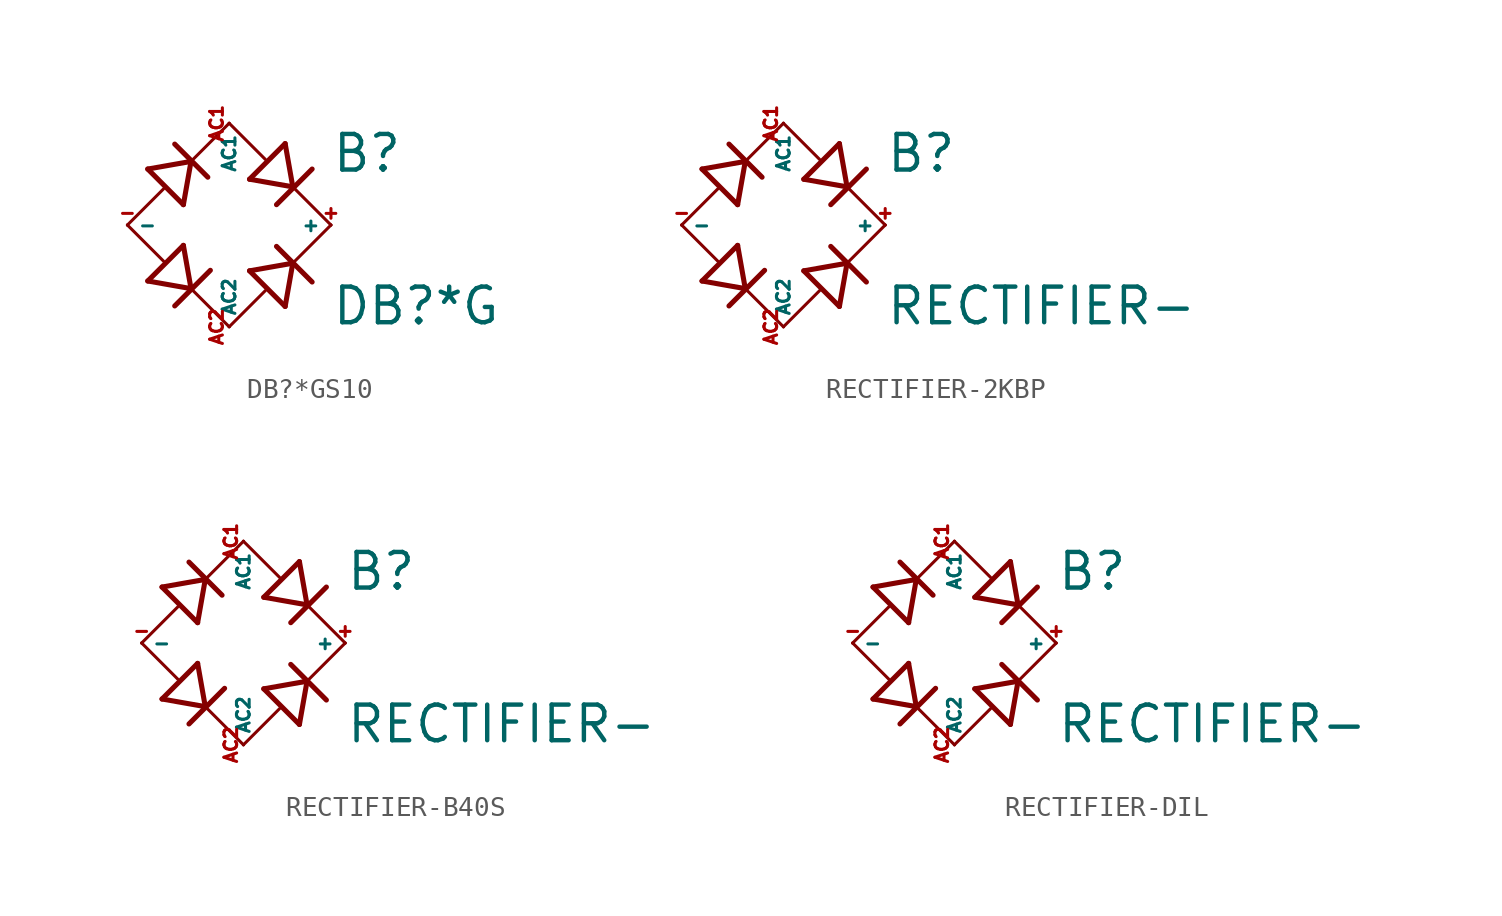
<source format=kicad_sym>
(kicad_symbol_lib
  (version 20220914)
  (generator Eagle2Kicad)
  (symbol "DB?*GS10"
    (property "Reference" "B"
      (at 5.08 2.54 0)
      (effects (font (size 1.778 1.778) (thickness 0.22)) (justify left bottom)))
    (property "Value" "DB?*G"
      (at 5.08 -5.08 0)
      (effects (font (size 1.778 1.778) (thickness 0.22)) (justify left bottom)))
    (polyline
      (pts (xy -1.905 -3.175) (xy -4.064 -2.794))
      (stroke (width 0.254) (type default))
      (fill (type none)))
    (polyline
      (pts (xy -1.905 -3.175) (xy -2.286 -1.016))
      (stroke (width 0.254) (type default))
      (fill (type none)))
    (polyline
      (pts (xy -2.718 -4.039) (xy -0.94 -2.261))
      (stroke (width 0.254) (type default))
      (fill (type none)))
    (polyline
      (pts (xy -1.905 3.175) (xy -4.064 2.794))
      (stroke (width 0.254) (type default))
      (fill (type none)))
    (polyline
      (pts (xy -1.905 3.175) (xy -2.286 1.016))
      (stroke (width 0.254) (type default))
      (fill (type none)))
    (polyline
      (pts (xy -2.718 4.039) (xy -1.067 2.388))
      (stroke (width 0.254) (type default))
      (fill (type none)))
    (polyline
      (pts (xy 3.175 1.905) (xy 2.794 4.064))
      (stroke (width 0.254) (type default))
      (fill (type none)))
    (polyline
      (pts (xy 3.175 1.905) (xy 1.016 2.286))
      (stroke (width 0.254) (type default))
      (fill (type none)))
    (polyline
      (pts (xy 2.362 1.016) (xy 4.14 2.794))
      (stroke (width 0.254) (type default))
      (fill (type none)))
    (polyline
      (pts (xy 3.175 -1.905) (xy 2.794 -4.064))
      (stroke (width 0.254) (type default))
      (fill (type none)))
    (polyline
      (pts (xy 3.175 -1.905) (xy 1.016 -2.286))
      (stroke (width 0.254) (type default))
      (fill (type none)))
    (polyline
      (pts (xy 2.362 -1.067) (xy 4.14 -2.845))
      (stroke (width 0.254) (type default))
      (fill (type none)))
    (polyline
      (pts (xy 5.08 0) (xy 3.175 -1.905))
      (stroke (width 0.152) (type default))
      (fill (type none)))
    (polyline
      (pts (xy 0 -5.08) (xy -1.905 -3.175))
      (stroke (width 0.152) (type default))
      (fill (type none)))
    (polyline
      (pts (xy -3.277 -1.803) (xy -5.08 0))
      (stroke (width 0.152) (type default))
      (fill (type none)))
    (polyline
      (pts (xy -4.064 -2.794) (xy -2.286 -1.016))
      (stroke (width 0.254) (type default))
      (fill (type none)))
    (polyline
      (pts (xy -5.08 0) (xy -3.277 1.803))
      (stroke (width 0.152) (type default))
      (fill (type none)))
    (polyline
      (pts (xy -4.064 2.794) (xy -2.286 1.016))
      (stroke (width 0.254) (type default))
      (fill (type none)))
    (polyline
      (pts (xy -1.905 3.175) (xy 0 5.08))
      (stroke (width 0.152) (type default))
      (fill (type none)))
    (polyline
      (pts (xy 0 5.08) (xy 1.803 3.277))
      (stroke (width 0.152) (type default))
      (fill (type none)))
    (polyline
      (pts (xy 1.016 2.286) (xy 2.794 4.064))
      (stroke (width 0.254) (type default))
      (fill (type none)))
    (polyline
      (pts (xy 3.175 1.905) (xy 5.08 0))
      (stroke (width 0.152) (type default))
      (fill (type none)))
    (polyline
      (pts (xy 0 -5.08) (xy 1.803 -3.277))
      (stroke (width 0.152) (type default))
      (fill (type none)))
    (polyline
      (pts (xy 1.016 -2.286) (xy 2.794 -4.064))
      (stroke (width 0.254) (type default))
      (fill (type none)))
    (pin passive line
      (at 0 5.08 270)
      (length 0)
      (name "AC1" (effects (font (size 0.635 0.635) (thickness 0.08)) (justify left bottom)))
      (number "AC1" (effects (font (size 0.635 0.635) (thickness 0.08)) (justify left bottom))))
    (pin passive line
      (at 5.08 0 180)
      (length 0)
      (name "+" (effects (font (size 0.635 0.635) (thickness 0.08)) (justify left bottom)))
      (number "+" (effects (font (size 0.635 0.635) (thickness 0.08)) (justify left bottom))))
    (pin passive line
      (at 0 -5.08 90)
      (length 0)
      (name "AC2" (effects (font (size 0.635 0.635) (thickness 0.08)) (justify left bottom)))
      (number "AC2" (effects (font (size 0.635 0.635) (thickness 0.08)) (justify left bottom))))
    (pin passive line
      (at -5.08 0 0)
      (length 0)
      (name "-" (effects (font (size 0.635 0.635) (thickness 0.08)) (justify left bottom)))
      (number "-" (effects (font (size 0.635 0.635) (thickness 0.08)) (justify left bottom)))))
  (symbol "RECTIFIER-2KBP"
    (property "Reference" "B"
      (at 5.08 2.54 0)
      (effects (font (size 1.778 1.778) (thickness 0.22)) (justify left bottom)))
    (property "Value" "RECTIFIER-"
      (at 5.08 -5.08 0)
      (effects (font (size 1.778 1.778) (thickness 0.22)) (justify left bottom)))
    (polyline
      (pts (xy -1.905 -3.175) (xy -4.064 -2.794))
      (stroke (width 0.254) (type default))
      (fill (type none)))
    (polyline
      (pts (xy -1.905 -3.175) (xy -2.286 -1.016))
      (stroke (width 0.254) (type default))
      (fill (type none)))
    (polyline
      (pts (xy -2.718 -4.039) (xy -0.94 -2.261))
      (stroke (width 0.254) (type default))
      (fill (type none)))
    (polyline
      (pts (xy -1.905 3.175) (xy -4.064 2.794))
      (stroke (width 0.254) (type default))
      (fill (type none)))
    (polyline
      (pts (xy -1.905 3.175) (xy -2.286 1.016))
      (stroke (width 0.254) (type default))
      (fill (type none)))
    (polyline
      (pts (xy -2.718 4.039) (xy -1.067 2.388))
      (stroke (width 0.254) (type default))
      (fill (type none)))
    (polyline
      (pts (xy 3.175 1.905) (xy 2.794 4.064))
      (stroke (width 0.254) (type default))
      (fill (type none)))
    (polyline
      (pts (xy 3.175 1.905) (xy 1.016 2.286))
      (stroke (width 0.254) (type default))
      (fill (type none)))
    (polyline
      (pts (xy 2.362 1.016) (xy 4.14 2.794))
      (stroke (width 0.254) (type default))
      (fill (type none)))
    (polyline
      (pts (xy 3.175 -1.905) (xy 2.794 -4.064))
      (stroke (width 0.254) (type default))
      (fill (type none)))
    (polyline
      (pts (xy 3.175 -1.905) (xy 1.016 -2.286))
      (stroke (width 0.254) (type default))
      (fill (type none)))
    (polyline
      (pts (xy 2.362 -1.067) (xy 4.14 -2.845))
      (stroke (width 0.254) (type default))
      (fill (type none)))
    (polyline
      (pts (xy 5.08 0) (xy 3.175 -1.905))
      (stroke (width 0.152) (type default))
      (fill (type none)))
    (polyline
      (pts (xy 0 -5.08) (xy -1.905 -3.175))
      (stroke (width 0.152) (type default))
      (fill (type none)))
    (polyline
      (pts (xy -3.277 -1.803) (xy -5.08 0))
      (stroke (width 0.152) (type default))
      (fill (type none)))
    (polyline
      (pts (xy -4.064 -2.794) (xy -2.286 -1.016))
      (stroke (width 0.254) (type default))
      (fill (type none)))
    (polyline
      (pts (xy -5.08 0) (xy -3.277 1.803))
      (stroke (width 0.152) (type default))
      (fill (type none)))
    (polyline
      (pts (xy -4.064 2.794) (xy -2.286 1.016))
      (stroke (width 0.254) (type default))
      (fill (type none)))
    (polyline
      (pts (xy -1.905 3.175) (xy 0 5.08))
      (stroke (width 0.152) (type default))
      (fill (type none)))
    (polyline
      (pts (xy 0 5.08) (xy 1.803 3.277))
      (stroke (width 0.152) (type default))
      (fill (type none)))
    (polyline
      (pts (xy 1.016 2.286) (xy 2.794 4.064))
      (stroke (width 0.254) (type default))
      (fill (type none)))
    (polyline
      (pts (xy 3.175 1.905) (xy 5.08 0))
      (stroke (width 0.152) (type default))
      (fill (type none)))
    (polyline
      (pts (xy 0 -5.08) (xy 1.803 -3.277))
      (stroke (width 0.152) (type default))
      (fill (type none)))
    (polyline
      (pts (xy 1.016 -2.286) (xy 2.794 -4.064))
      (stroke (width 0.254) (type default))
      (fill (type none)))
    (pin passive line
      (at 0 5.08 270)
      (length 0)
      (name "AC1" (effects (font (size 0.635 0.635) (thickness 0.08)) (justify left bottom)))
      (number "AC1" (effects (font (size 0.635 0.635) (thickness 0.08)) (justify left bottom))))
    (pin passive line
      (at 5.08 0 180)
      (length 0)
      (name "+" (effects (font (size 0.635 0.635) (thickness 0.08)) (justify left bottom)))
      (number "+" (effects (font (size 0.635 0.635) (thickness 0.08)) (justify left bottom))))
    (pin passive line
      (at 0 -5.08 90)
      (length 0)
      (name "AC2" (effects (font (size 0.635 0.635) (thickness 0.08)) (justify left bottom)))
      (number "AC2" (effects (font (size 0.635 0.635) (thickness 0.08)) (justify left bottom))))
    (pin passive line
      (at -5.08 0 0)
      (length 0)
      (name "-" (effects (font (size 0.635 0.635) (thickness 0.08)) (justify left bottom)))
      (number "-" (effects (font (size 0.635 0.635) (thickness 0.08)) (justify left bottom)))))
  (symbol "RECTIFIER-B40S"
    (property "Reference" "B"
      (at 5.08 2.54 0)
      (effects (font (size 1.778 1.778) (thickness 0.22)) (justify left bottom)))
    (property "Value" "RECTIFIER-"
      (at 5.08 -5.08 0)
      (effects (font (size 1.778 1.778) (thickness 0.22)) (justify left bottom)))
    (polyline
      (pts (xy -1.905 -3.175) (xy -4.064 -2.794))
      (stroke (width 0.254) (type default))
      (fill (type none)))
    (polyline
      (pts (xy -1.905 -3.175) (xy -2.286 -1.016))
      (stroke (width 0.254) (type default))
      (fill (type none)))
    (polyline
      (pts (xy -2.718 -4.039) (xy -0.94 -2.261))
      (stroke (width 0.254) (type default))
      (fill (type none)))
    (polyline
      (pts (xy -1.905 3.175) (xy -4.064 2.794))
      (stroke (width 0.254) (type default))
      (fill (type none)))
    (polyline
      (pts (xy -1.905 3.175) (xy -2.286 1.016))
      (stroke (width 0.254) (type default))
      (fill (type none)))
    (polyline
      (pts (xy -2.718 4.039) (xy -1.067 2.388))
      (stroke (width 0.254) (type default))
      (fill (type none)))
    (polyline
      (pts (xy 3.175 1.905) (xy 2.794 4.064))
      (stroke (width 0.254) (type default))
      (fill (type none)))
    (polyline
      (pts (xy 3.175 1.905) (xy 1.016 2.286))
      (stroke (width 0.254) (type default))
      (fill (type none)))
    (polyline
      (pts (xy 2.362 1.016) (xy 4.14 2.794))
      (stroke (width 0.254) (type default))
      (fill (type none)))
    (polyline
      (pts (xy 3.175 -1.905) (xy 2.794 -4.064))
      (stroke (width 0.254) (type default))
      (fill (type none)))
    (polyline
      (pts (xy 3.175 -1.905) (xy 1.016 -2.286))
      (stroke (width 0.254) (type default))
      (fill (type none)))
    (polyline
      (pts (xy 2.362 -1.067) (xy 4.14 -2.845))
      (stroke (width 0.254) (type default))
      (fill (type none)))
    (polyline
      (pts (xy 5.08 0) (xy 3.175 -1.905))
      (stroke (width 0.152) (type default))
      (fill (type none)))
    (polyline
      (pts (xy 0 -5.08) (xy -1.905 -3.175))
      (stroke (width 0.152) (type default))
      (fill (type none)))
    (polyline
      (pts (xy -3.277 -1.803) (xy -5.08 0))
      (stroke (width 0.152) (type default))
      (fill (type none)))
    (polyline
      (pts (xy -4.064 -2.794) (xy -2.286 -1.016))
      (stroke (width 0.254) (type default))
      (fill (type none)))
    (polyline
      (pts (xy -5.08 0) (xy -3.277 1.803))
      (stroke (width 0.152) (type default))
      (fill (type none)))
    (polyline
      (pts (xy -4.064 2.794) (xy -2.286 1.016))
      (stroke (width 0.254) (type default))
      (fill (type none)))
    (polyline
      (pts (xy -1.905 3.175) (xy 0 5.08))
      (stroke (width 0.152) (type default))
      (fill (type none)))
    (polyline
      (pts (xy 0 5.08) (xy 1.803 3.277))
      (stroke (width 0.152) (type default))
      (fill (type none)))
    (polyline
      (pts (xy 1.016 2.286) (xy 2.794 4.064))
      (stroke (width 0.254) (type default))
      (fill (type none)))
    (polyline
      (pts (xy 3.175 1.905) (xy 5.08 0))
      (stroke (width 0.152) (type default))
      (fill (type none)))
    (polyline
      (pts (xy 0 -5.08) (xy 1.803 -3.277))
      (stroke (width 0.152) (type default))
      (fill (type none)))
    (polyline
      (pts (xy 1.016 -2.286) (xy 2.794 -4.064))
      (stroke (width 0.254) (type default))
      (fill (type none)))
    (pin passive line
      (at 0 5.08 270)
      (length 0)
      (name "AC1" (effects (font (size 0.635 0.635) (thickness 0.08)) (justify left bottom)))
      (number "AC1" (effects (font (size 0.635 0.635) (thickness 0.08)) (justify left bottom))))
    (pin passive line
      (at 5.08 0 180)
      (length 0)
      (name "+" (effects (font (size 0.635 0.635) (thickness 0.08)) (justify left bottom)))
      (number "+" (effects (font (size 0.635 0.635) (thickness 0.08)) (justify left bottom))))
    (pin passive line
      (at 0 -5.08 90)
      (length 0)
      (name "AC2" (effects (font (size 0.635 0.635) (thickness 0.08)) (justify left bottom)))
      (number "AC2" (effects (font (size 0.635 0.635) (thickness 0.08)) (justify left bottom))))
    (pin passive line
      (at -5.08 0 0)
      (length 0)
      (name "-" (effects (font (size 0.635 0.635) (thickness 0.08)) (justify left bottom)))
      (number "-" (effects (font (size 0.635 0.635) (thickness 0.08)) (justify left bottom)))))
  (symbol "RECTIFIER-DIL"
    (property "Reference" "B"
      (at 5.08 2.54 0)
      (effects (font (size 1.778 1.778) (thickness 0.22)) (justify left bottom)))
    (property "Value" "RECTIFIER-"
      (at 5.08 -5.08 0)
      (effects (font (size 1.778 1.778) (thickness 0.22)) (justify left bottom)))
    (polyline
      (pts (xy -1.905 -3.175) (xy -4.064 -2.794))
      (stroke (width 0.254) (type default))
      (fill (type none)))
    (polyline
      (pts (xy -1.905 -3.175) (xy -2.286 -1.016))
      (stroke (width 0.254) (type default))
      (fill (type none)))
    (polyline
      (pts (xy -2.718 -4.039) (xy -0.94 -2.261))
      (stroke (width 0.254) (type default))
      (fill (type none)))
    (polyline
      (pts (xy -1.905 3.175) (xy -4.064 2.794))
      (stroke (width 0.254) (type default))
      (fill (type none)))
    (polyline
      (pts (xy -1.905 3.175) (xy -2.286 1.016))
      (stroke (width 0.254) (type default))
      (fill (type none)))
    (polyline
      (pts (xy -2.718 4.039) (xy -1.067 2.388))
      (stroke (width 0.254) (type default))
      (fill (type none)))
    (polyline
      (pts (xy 3.175 1.905) (xy 2.794 4.064))
      (stroke (width 0.254) (type default))
      (fill (type none)))
    (polyline
      (pts (xy 3.175 1.905) (xy 1.016 2.286))
      (stroke (width 0.254) (type default))
      (fill (type none)))
    (polyline
      (pts (xy 2.362 1.016) (xy 4.14 2.794))
      (stroke (width 0.254) (type default))
      (fill (type none)))
    (polyline
      (pts (xy 3.175 -1.905) (xy 2.794 -4.064))
      (stroke (width 0.254) (type default))
      (fill (type none)))
    (polyline
      (pts (xy 3.175 -1.905) (xy 1.016 -2.286))
      (stroke (width 0.254) (type default))
      (fill (type none)))
    (polyline
      (pts (xy 2.362 -1.067) (xy 4.14 -2.845))
      (stroke (width 0.254) (type default))
      (fill (type none)))
    (polyline
      (pts (xy 5.08 0) (xy 3.175 -1.905))
      (stroke (width 0.152) (type default))
      (fill (type none)))
    (polyline
      (pts (xy 0 -5.08) (xy -1.905 -3.175))
      (stroke (width 0.152) (type default))
      (fill (type none)))
    (polyline
      (pts (xy -3.277 -1.803) (xy -5.08 0))
      (stroke (width 0.152) (type default))
      (fill (type none)))
    (polyline
      (pts (xy -4.064 -2.794) (xy -2.286 -1.016))
      (stroke (width 0.254) (type default))
      (fill (type none)))
    (polyline
      (pts (xy -5.08 0) (xy -3.277 1.803))
      (stroke (width 0.152) (type default))
      (fill (type none)))
    (polyline
      (pts (xy -4.064 2.794) (xy -2.286 1.016))
      (stroke (width 0.254) (type default))
      (fill (type none)))
    (polyline
      (pts (xy -1.905 3.175) (xy 0 5.08))
      (stroke (width 0.152) (type default))
      (fill (type none)))
    (polyline
      (pts (xy 0 5.08) (xy 1.803 3.277))
      (stroke (width 0.152) (type default))
      (fill (type none)))
    (polyline
      (pts (xy 1.016 2.286) (xy 2.794 4.064))
      (stroke (width 0.254) (type default))
      (fill (type none)))
    (polyline
      (pts (xy 3.175 1.905) (xy 5.08 0))
      (stroke (width 0.152) (type default))
      (fill (type none)))
    (polyline
      (pts (xy 0 -5.08) (xy 1.803 -3.277))
      (stroke (width 0.152) (type default))
      (fill (type none)))
    (polyline
      (pts (xy 1.016 -2.286) (xy 2.794 -4.064))
      (stroke (width 0.254) (type default))
      (fill (type none)))
    (pin passive line
      (at 0 5.08 270)
      (length 0)
      (name "AC1" (effects (font (size 0.635 0.635) (thickness 0.08)) (justify left bottom)))
      (number "AC1" (effects (font (size 0.635 0.635) (thickness 0.08)) (justify left bottom))))
    (pin passive line
      (at 5.08 0 180)
      (length 0)
      (name "+" (effects (font (size 0.635 0.635) (thickness 0.08)) (justify left bottom)))
      (number "+" (effects (font (size 0.635 0.635) (thickness 0.08)) (justify left bottom))))
    (pin passive line
      (at 0 -5.08 90)
      (length 0)
      (name "AC2" (effects (font (size 0.635 0.635) (thickness 0.08)) (justify left bottom)))
      (number "AC2" (effects (font (size 0.635 0.635) (thickness 0.08)) (justify left bottom))))
    (pin passive line
      (at -5.08 0 0)
      (length 0)
      (name "-" (effects (font (size 0.635 0.635) (thickness 0.08)) (justify left bottom)))
      (number "-" (effects (font (size 0.635 0.635) (thickness 0.08)) (justify left bottom))))))
</source>
